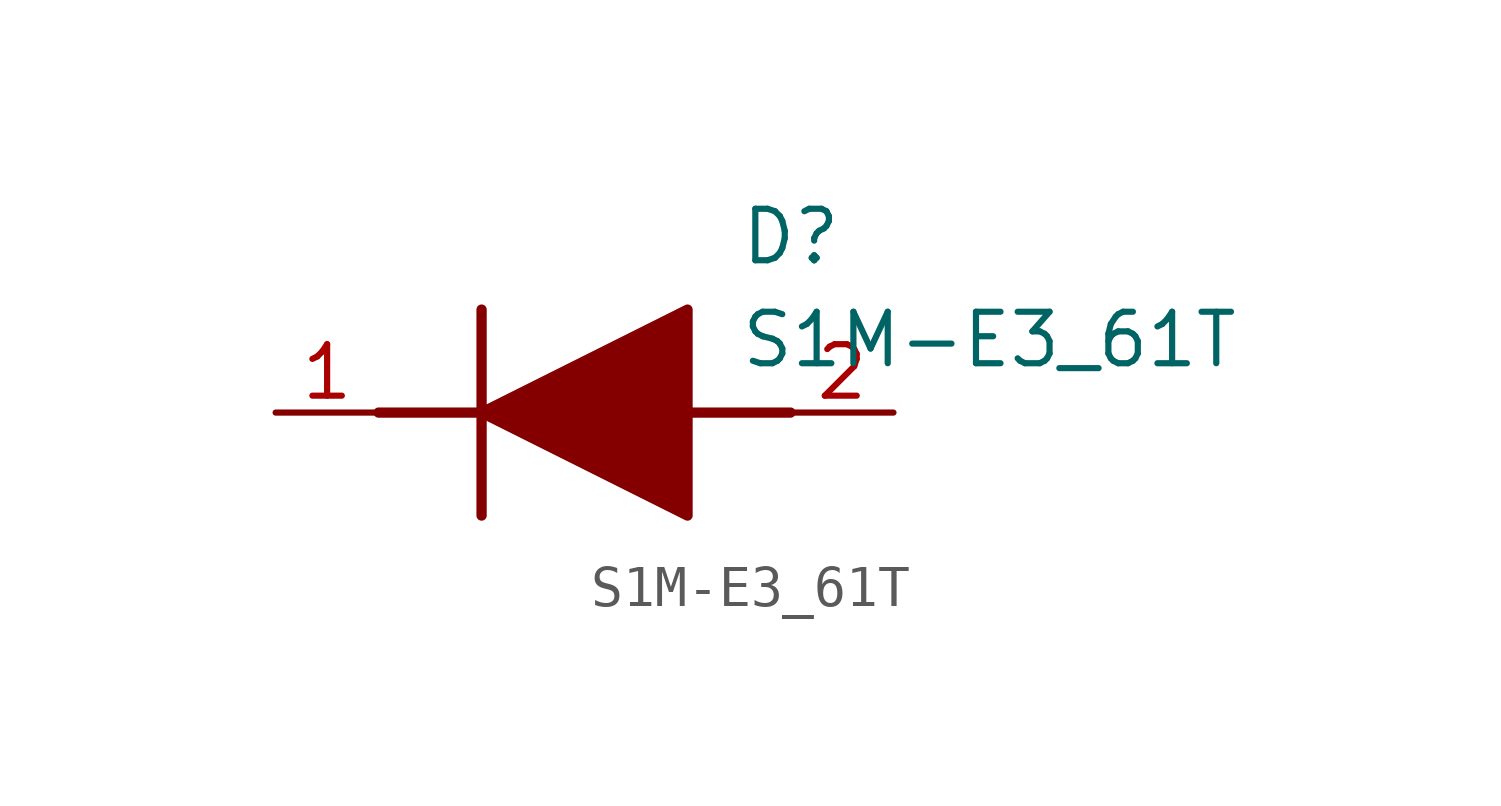
<source format=kicad_sym>
(kicad_symbol_lib
  (version 20211014)
  (generator SamacSys_ECAD_Model)
  (symbol "S1M-E3_61T"
    (pin_names hide)
    (property "Reference" "D"
      (at 11.43 5.08 0)
      (effects (font (size 1.27 1.27)) (justify left top)))
    (property "Value" "S1M-E3_61T"
      (at 11.43 2.54 0)
      (effects (font (size 1.27 1.27)) (justify left top)))
    (polyline
      (pts (xy 5.08 2.54) (xy 5.08 -2.54))
      (stroke (width 0.254) (type default))
      (fill (type none)))
    (polyline
      (pts (xy 2.54 0) (xy 5.08 0))
      (stroke (width 0.254) (type default))
      (fill (type none)))
    (polyline
      (pts (xy 10.16 0) (xy 12.7 0))
      (stroke (width 0.254) (type default))
      (fill (type none)))
    (polyline
      (pts (xy 5.08 0) (xy 10.16 2.54) (xy 10.16 -2.54) (xy 5.08 0))
      (stroke (width 0.254) (type default))
      (fill (type outline)))
    (pin passive line
      (at 0 0 0)
      (length 2.54)
      (name "K" (effects (font (size 1.27 1.27))))
      (number "1" (effects (font (size 1.27 1.27)))))
    (pin passive line
      (at 15.24 0 180)
      (length 2.54)
      (name "A" (effects (font (size 1.27 1.27))))
      (number "2" (effects (font (size 1.27 1.27)))))))
</source>
